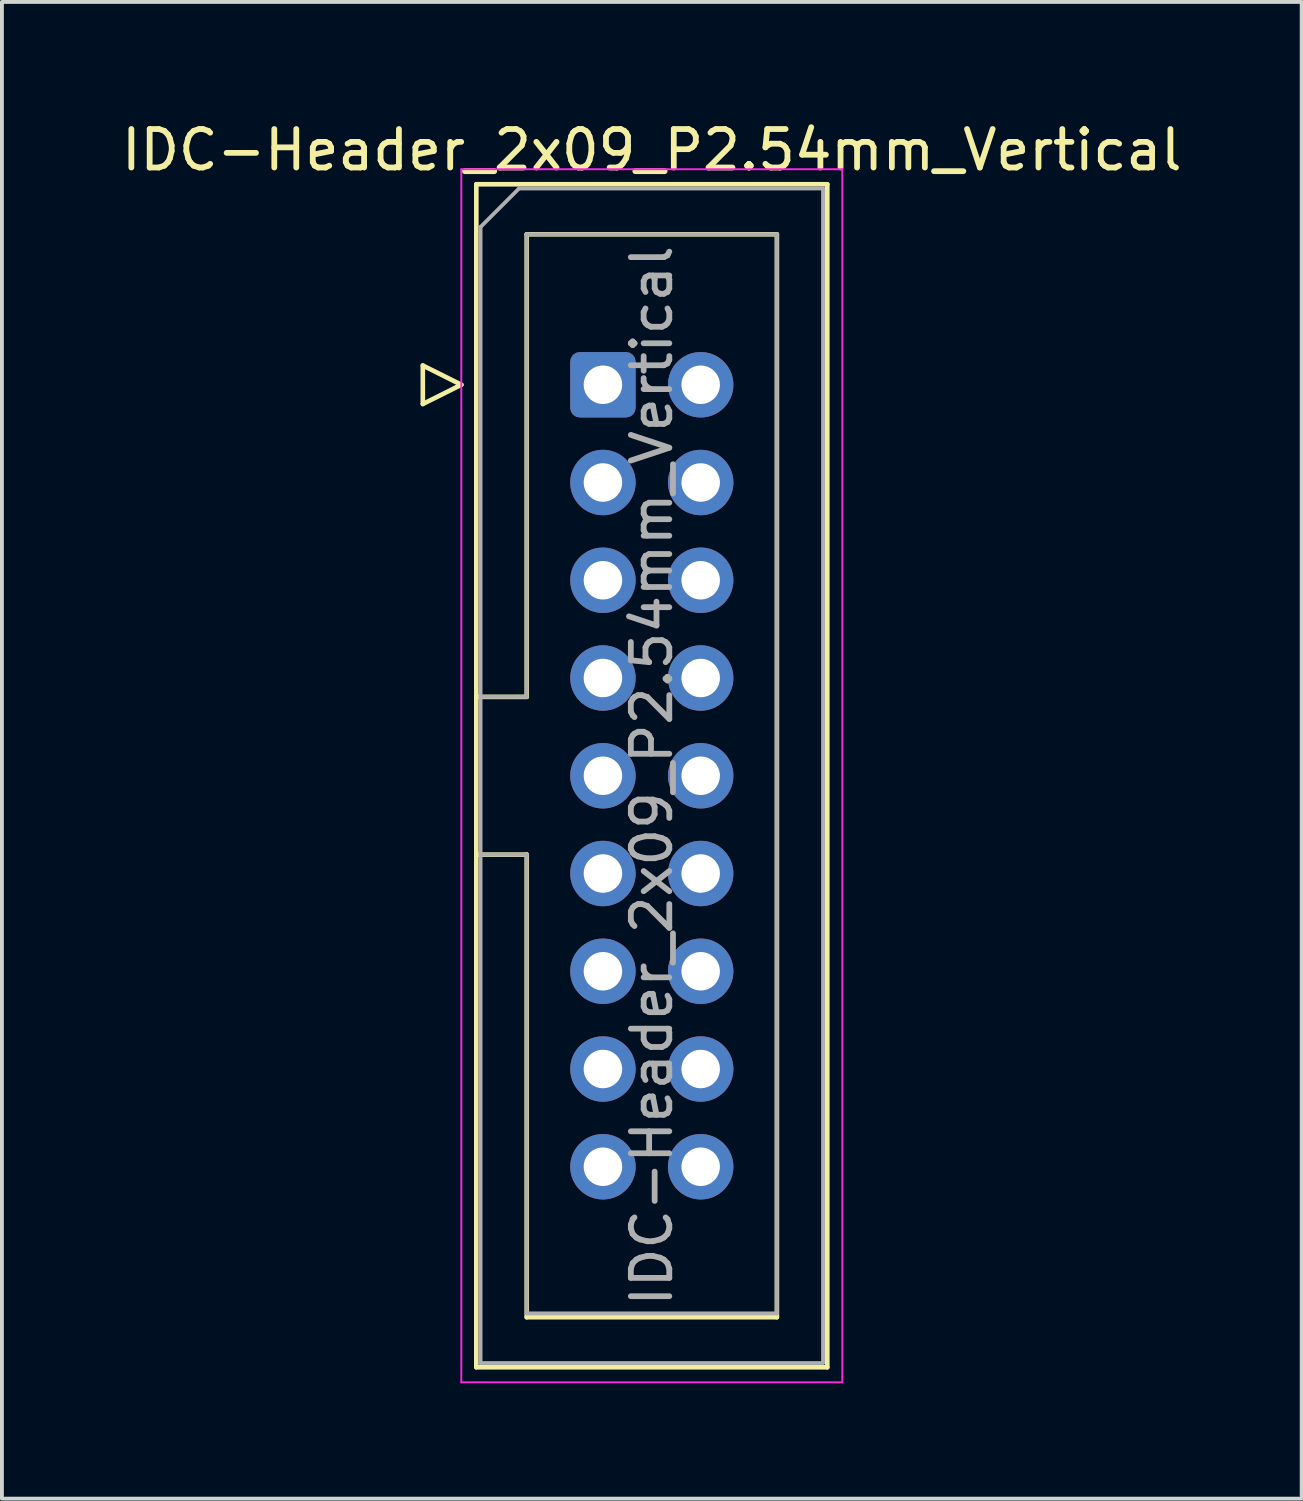
<source format=kicad_pcb>
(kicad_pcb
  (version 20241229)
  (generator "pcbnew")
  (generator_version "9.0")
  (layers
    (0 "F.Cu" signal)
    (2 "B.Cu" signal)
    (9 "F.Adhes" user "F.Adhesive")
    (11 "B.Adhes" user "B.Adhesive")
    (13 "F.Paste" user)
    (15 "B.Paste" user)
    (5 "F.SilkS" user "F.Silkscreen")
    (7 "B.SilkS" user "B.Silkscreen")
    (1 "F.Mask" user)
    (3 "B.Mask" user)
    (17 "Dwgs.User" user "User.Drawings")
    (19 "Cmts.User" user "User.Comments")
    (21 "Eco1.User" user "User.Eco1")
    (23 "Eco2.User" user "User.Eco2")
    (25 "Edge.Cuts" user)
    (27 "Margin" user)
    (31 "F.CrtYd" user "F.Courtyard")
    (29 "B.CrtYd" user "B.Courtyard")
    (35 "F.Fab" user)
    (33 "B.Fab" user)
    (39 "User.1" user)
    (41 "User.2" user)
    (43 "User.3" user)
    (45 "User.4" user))
  (footprint "IDC-Header_2x09_P2.54mm_Vertical"
    (layer "F.Cu")
    (at 12.617 6.948)
    (property "Reference" "IDC-Header_2x09_P2.54mm_Vertical" (at 1.27 -6.1 0) (layer "F.SilkS") (effects (font (size 1 1) (thickness 0.15))))
    (attr through_hole)
    (fp_line (start -4.68 -0.5) (end -4.68 0.5) (stroke (width 0.12) (type solid)) (layer "F.SilkS"))
    (fp_line (start -4.68 0.5) (end -3.68 0) (stroke (width 0.12) (type solid)) (layer "F.SilkS"))
    (fp_line (start -3.68 0) (end -4.68 -0.5) (stroke (width 0.12) (type solid)) (layer "F.SilkS"))
    (fp_line (start -3.29 -5.21) (end 5.83 -5.21) (stroke (width 0.12) (type solid)) (layer "F.SilkS"))
    (fp_line (start -3.29 8.11) (end -1.98 8.11) (stroke (width 0.12) (type solid)) (layer "F.SilkS"))
    (fp_line (start -3.29 25.53) (end -3.29 -5.21) (stroke (width 0.12) (type solid)) (layer "F.SilkS"))
    (fp_line (start -1.98 -3.91) (end 4.52 -3.91) (stroke (width 0.12) (type solid)) (layer "F.SilkS"))
    (fp_line (start -1.98 8.11) (end -1.98 -3.91) (stroke (width 0.12) (type solid)) (layer "F.SilkS"))
    (fp_line (start -1.98 12.21) (end -3.29 12.21) (stroke (width 0.12) (type solid)) (layer "F.SilkS"))
    (fp_line (start -1.98 12.21) (end -1.98 12.21) (stroke (width 0.12) (type solid)) (layer "F.SilkS"))
    (fp_line (start -1.98 24.23) (end -1.98 12.21) (stroke (width 0.12) (type solid)) (layer "F.SilkS"))
    (fp_line (start 4.52 -3.91) (end 4.52 24.23) (stroke (width 0.12) (type solid)) (layer "F.SilkS"))
    (fp_line (start 4.52 24.23) (end -1.98 24.23) (stroke (width 0.12) (type solid)) (layer "F.SilkS"))
    (fp_line (start 5.83 -5.21) (end 5.83 25.53) (stroke (width 0.12) (type solid)) (layer "F.SilkS"))
    (fp_line (start 5.83 25.53) (end -3.29 25.53) (stroke (width 0.12) (type solid)) (layer "F.SilkS"))
    (fp_line (start -3.68 -5.6) (end -3.68 25.92) (stroke (width 0.05) (type solid)) (layer "F.CrtYd"))
    (fp_line (start -3.68 25.92) (end 6.22 25.92) (stroke (width 0.05) (type solid)) (layer "F.CrtYd"))
    (fp_line (start 6.22 -5.6) (end -3.68 -5.6) (stroke (width 0.05) (type solid)) (layer "F.CrtYd"))
    (fp_line (start 6.22 25.92) (end 6.22 -5.6) (stroke (width 0.05) (type solid)) (layer "F.CrtYd"))
    (fp_line (start -3.18 -4.1) (end -2.18 -5.1) (stroke (width 0.1) (type solid)) (layer "F.Fab"))
    (fp_line (start -3.18 8.11) (end -1.98 8.11) (stroke (width 0.1) (type solid)) (layer "F.Fab"))
    (fp_line (start -3.18 25.42) (end -3.18 -4.1) (stroke (width 0.1) (type solid)) (layer "F.Fab"))
    (fp_line (start -2.18 -5.1) (end 5.72 -5.1) (stroke (width 0.1) (type solid)) (layer "F.Fab"))
    (fp_line (start -1.98 -3.91) (end 4.52 -3.91) (stroke (width 0.1) (type solid)) (layer "F.Fab"))
    (fp_line (start -1.98 8.11) (end -1.98 -3.91) (stroke (width 0.1) (type solid)) (layer "F.Fab"))
    (fp_line (start -1.98 12.21) (end -3.18 12.21) (stroke (width 0.1) (type solid)) (layer "F.Fab"))
    (fp_line (start -1.98 12.21) (end -1.98 12.21) (stroke (width 0.1) (type solid)) (layer "F.Fab"))
    (fp_line (start -1.98 24.13) (end -1.98 12.21) (stroke (width 0.1) (type solid)) (layer "F.Fab"))
    (fp_line (start 4.52 -3.91) (end 4.52 24.13) (stroke (width 0.1) (type solid)) (layer "F.Fab"))
    (fp_line (start 4.52 24.13) (end -1.98 24.13) (stroke (width 0.1) (type solid)) (layer "F.Fab"))
    (fp_line (start 5.72 -5.1) (end 5.72 25.4) (stroke (width 0.1) (type solid)) (layer "F.Fab"))
    (fp_line (start 5.72 25.42) (end -3.18 25.42) (stroke (width 0.1) (type solid)) (layer "F.Fab"))
    (fp_text user "${REFERENCE}" (at 1.27 10.16 90) (layer "F.Fab") (effects (font (size 1 1) (thickness 0.15))))
    (pad "1" thru_hole roundrect (at 0 0) (size 1.7 1.7) (drill 1) (layers "*.Cu" "*.Mask") (roundrect_rratio 0.147))
    (pad "2" thru_hole circle (at 2.54 0) (size 1.7 1.7) (drill 1) (layers "*.Cu" "*.Mask"))
    (pad "3" thru_hole circle (at 0 2.54) (size 1.7 1.7) (drill 1) (layers "*.Cu" "*.Mask"))
    (pad "4" thru_hole circle (at 2.54 2.54) (size 1.7 1.7) (drill 1) (layers "*.Cu" "*.Mask"))
    (pad "5" thru_hole circle (at 0 5.08) (size 1.7 1.7) (drill 1) (layers "*.Cu" "*.Mask"))
    (pad "6" thru_hole circle (at 2.54 5.08) (size 1.7 1.7) (drill 1) (layers "*.Cu" "*.Mask"))
    (pad "7" thru_hole circle (at 0 7.62) (size 1.7 1.7) (drill 1) (layers "*.Cu" "*.Mask"))
    (pad "8" thru_hole circle (at 2.54 7.62) (size 1.7 1.7) (drill 1) (layers "*.Cu" "*.Mask"))
    (pad "9" thru_hole circle (at 0 10.16) (size 1.7 1.7) (drill 1) (layers "*.Cu" "*.Mask"))
    (pad "10" thru_hole circle (at 2.54 10.16) (size 1.7 1.7) (drill 1) (layers "*.Cu" "*.Mask"))
    (pad "11" thru_hole circle (at 0 12.7) (size 1.7 1.7) (drill 1) (layers "*.Cu" "*.Mask"))
    (pad "12" thru_hole circle (at 2.54 12.7) (size 1.7 1.7) (drill 1) (layers "*.Cu" "*.Mask"))
    (pad "13" thru_hole circle (at 0 15.24) (size 1.7 1.7) (drill 1) (layers "*.Cu" "*.Mask"))
    (pad "14" thru_hole circle (at 2.54 15.24) (size 1.7 1.7) (drill 1) (layers "*.Cu" "*.Mask"))
    (pad "15" thru_hole circle (at 0 17.78) (size 1.7 1.7) (drill 1) (layers "*.Cu" "*.Mask"))
    (pad "16" thru_hole circle (at 2.54 17.78) (size 1.7 1.7) (drill 1) (layers "*.Cu" "*.Mask"))
    (pad "17" thru_hole circle (at 0 20.32) (size 1.7 1.7) (drill 1) (layers "*.Cu" "*.Mask"))
    (pad "18" thru_hole circle (at 2.54 20.32) (size 1.7 1.7) (drill 1) (layers "*.Cu" "*.Mask")))
  (gr_rect
    (start -3 -3)
    (end 30.774 35.893)
    (stroke (width 0.1) (type default))
    (fill no)
    (layer "Edge.Cuts")))
</source>
